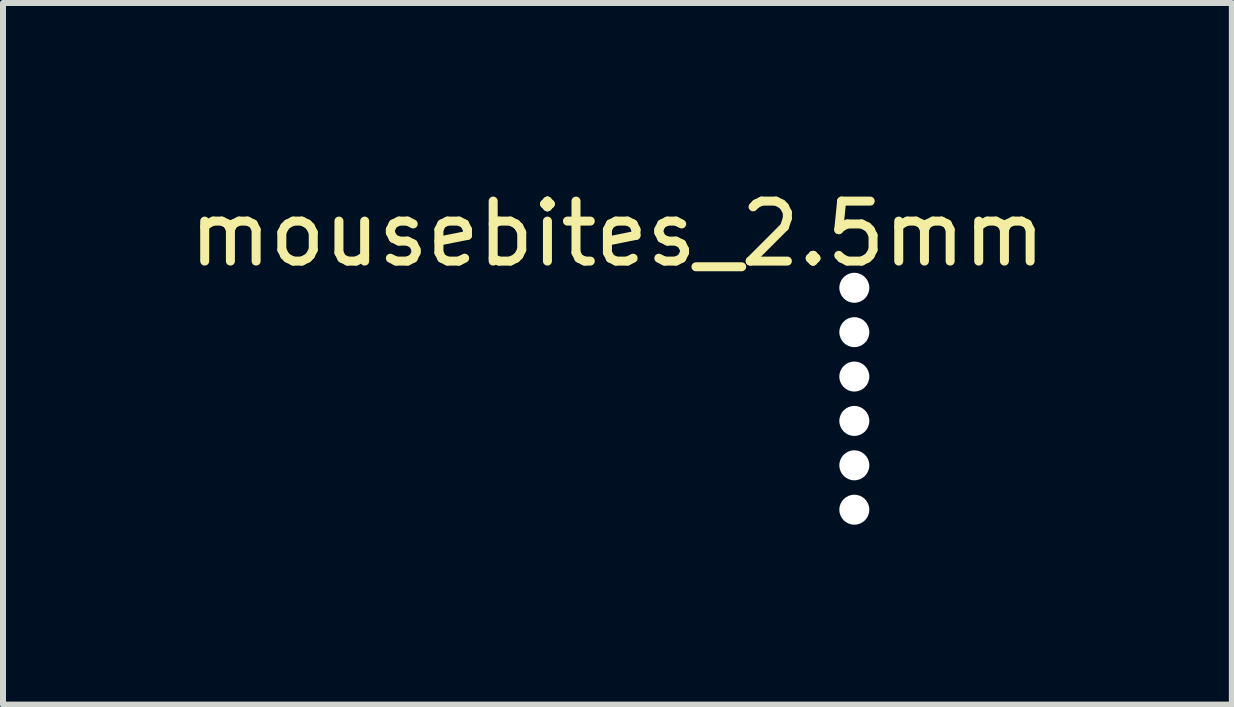
<source format=kicad_pcb>
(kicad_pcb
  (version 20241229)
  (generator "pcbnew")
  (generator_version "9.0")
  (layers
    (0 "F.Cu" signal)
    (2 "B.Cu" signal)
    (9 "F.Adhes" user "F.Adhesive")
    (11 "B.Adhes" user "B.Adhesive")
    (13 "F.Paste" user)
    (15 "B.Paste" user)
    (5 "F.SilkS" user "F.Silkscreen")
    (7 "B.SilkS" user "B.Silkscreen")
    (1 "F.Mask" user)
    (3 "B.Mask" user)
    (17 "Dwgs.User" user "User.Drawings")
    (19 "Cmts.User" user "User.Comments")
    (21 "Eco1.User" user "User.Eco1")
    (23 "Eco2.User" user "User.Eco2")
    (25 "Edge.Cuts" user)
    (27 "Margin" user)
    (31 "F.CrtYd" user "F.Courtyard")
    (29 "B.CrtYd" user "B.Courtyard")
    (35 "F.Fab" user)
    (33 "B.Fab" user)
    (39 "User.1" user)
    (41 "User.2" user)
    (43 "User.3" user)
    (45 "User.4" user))
  (footprint "mousebites_2.5mm"
    (layer "F.Cu")
    (at 11.244 3.598)
    (property "Reference" "mousebites_2.5mm" (at -4 -2.75 0) (layer "F.SilkS") (effects (font (size 1 1) (thickness 0.15))))
    (attr exclude_from_pos_files exclude_from_bom)
    (pad "" np_thru_hole circle (at -0.05 -1.85) (size 0.5 0.5) (drill 0.5) (layers "*.Cu" "*.Mask"))
    (pad "" np_thru_hole circle (at -0.05 -1.11) (size 0.5 0.5) (drill 0.5) (layers "*.Cu" "*.Mask"))
    (pad "" np_thru_hole circle (at -0.05 -0.37) (size 0.5 0.5) (drill 0.5) (layers "*.Cu" "*.Mask"))
    (pad "" np_thru_hole circle (at -0.05 0.37) (size 0.5 0.5) (drill 0.5) (layers "*.Cu" "*.Mask"))
    (pad "" np_thru_hole circle (at -0.05 1.11) (size 0.5 0.5) (drill 0.5) (layers "*.Cu" "*.Mask"))
    (pad "" np_thru_hole circle (at -0.05 1.85) (size 0.5 0.5) (drill 0.5) (layers "*.Cu" "*.Mask")))
  (gr_rect
    (start -3 -3)
    (end 17.488 8.698)
    (stroke (width 0.1) (type default))
    (fill no)
    (layer "Edge.Cuts")))
</source>
